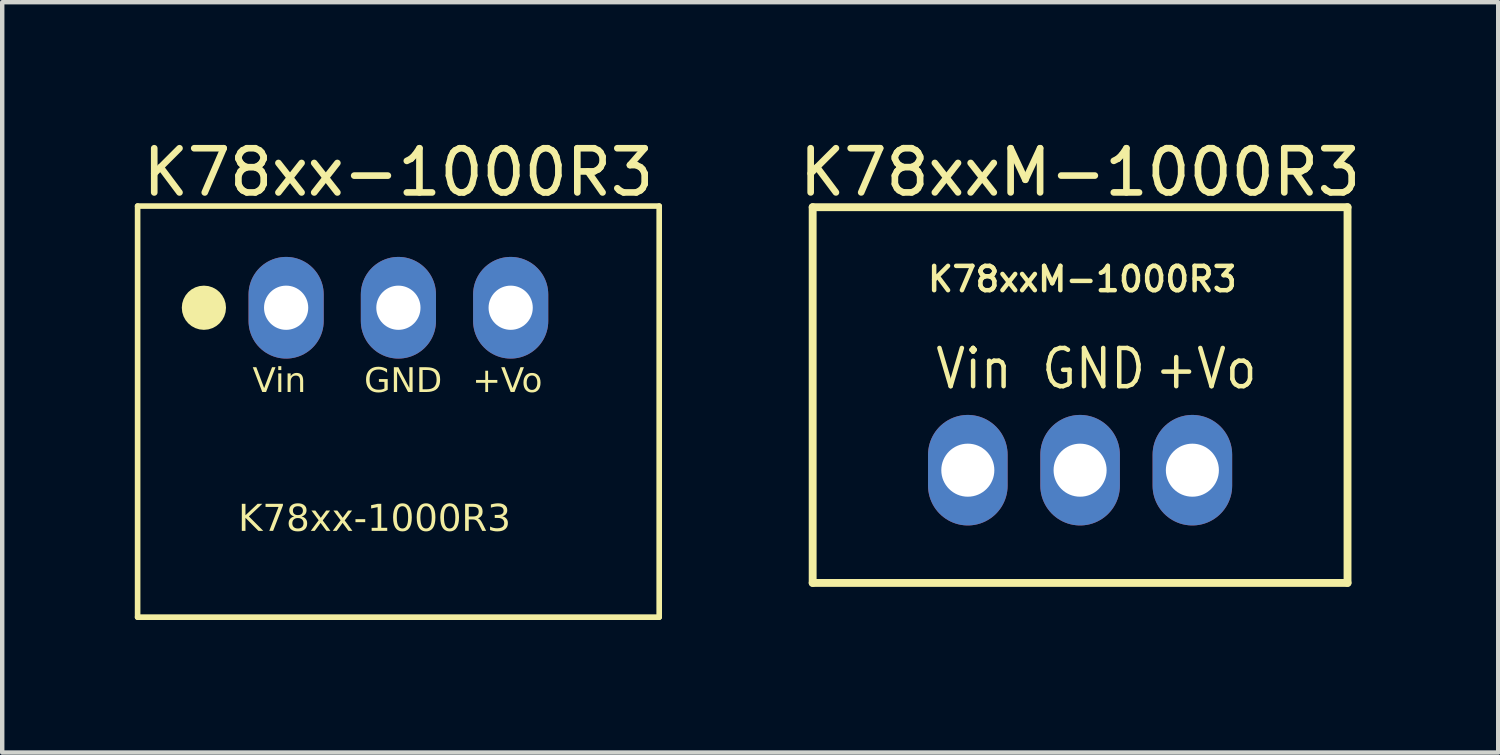
<source format=kicad_pcb>
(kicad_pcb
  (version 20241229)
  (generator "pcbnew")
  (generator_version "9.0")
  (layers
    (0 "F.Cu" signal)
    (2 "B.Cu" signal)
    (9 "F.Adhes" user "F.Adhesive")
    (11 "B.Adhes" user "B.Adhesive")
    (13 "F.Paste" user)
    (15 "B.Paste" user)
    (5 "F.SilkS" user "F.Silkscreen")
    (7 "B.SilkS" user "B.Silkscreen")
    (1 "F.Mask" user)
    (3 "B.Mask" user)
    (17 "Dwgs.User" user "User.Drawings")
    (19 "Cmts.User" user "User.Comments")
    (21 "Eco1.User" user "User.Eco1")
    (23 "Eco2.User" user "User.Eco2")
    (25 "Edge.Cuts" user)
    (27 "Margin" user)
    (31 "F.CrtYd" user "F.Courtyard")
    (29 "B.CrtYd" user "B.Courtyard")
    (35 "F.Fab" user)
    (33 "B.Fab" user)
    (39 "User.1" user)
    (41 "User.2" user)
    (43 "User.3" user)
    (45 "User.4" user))
  (footprint "K78xx-1000R3"
    (layer "F.Cu")
    (at 5.963 6.262)
    (property "Reference" "K78xx-1000R3" (at 0 -5.413 0) (layer "F.SilkS") (effects (font (size 1 1) (thickness 0.15))))
    (fp_line (start -5.9 -4.65) (end 5.9 -4.65) (stroke (width 0.127) (type solid)) (layer "F.SilkS"))
    (fp_line (start -5.9 4.65) (end -5.9 -4.65) (stroke (width 0.127) (type solid)) (layer "F.SilkS"))
    (fp_line (start -5.9 4.65) (end 5.9 4.65) (stroke (width 0.127) (type solid)) (layer "F.SilkS"))
    (fp_line (start 5.9 4.65) (end 5.9 -4.65) (stroke (width 0.127) (type solid)) (layer "F.SilkS"))
    (fp_circle (center -4.4 -2.35) (end -4.4 -2.6) (stroke (width 0.5) (type solid)) (fill no) (layer "F.SilkS"))
    (fp_text user "+Vo" (at 1.675 -0.35 0) (unlocked yes) (layer "F.SilkS") (effects (font (face "黑体") (size 0.55 0.55) (thickness 0.254)) (justify left bottom)))
    (fp_text user "Vin" (at -3.3 -0.35 0) (unlocked yes) (layer "F.SilkS") (effects (font (face "黑体") (size 0.55 0.55) (thickness 0.254)) (justify left bottom)))
    (fp_text user "K78xx-1000R3" (at -3.625 2.8 0) (unlocked yes) (layer "F.SilkS") (effects (font (face "黑体") (size 0.6 0.6) (thickness 0.254)) (justify left bottom)))
    (fp_text user "GND" (at -0.775 -0.35 0) (unlocked yes) (layer "F.SilkS") (effects (font (face "黑体") (size 0.55 0.55) (thickness 0.254)) (justify left bottom)))
    (pad "1" thru_hole oval (at -2.54 -2.35) (size 1.7 2.3) (drill 1) (layers "*.Cu" "*.Mask"))
    (pad "2" thru_hole oval (at 0 -2.35) (size 1.7 2.3) (drill 1) (layers "*.Cu" "*.Mask"))
    (pad "3" thru_hole oval (at 2.54 -2.35) (size 1.7 2.3) (drill 1) (layers "*.Cu" "*.Mask")))
  (footprint "K78xxM-1000R3"
    (layer "F.Cu")
    (at 21.385 7.587)
    (property "Reference" "K78xxM-1000R3" (at 0 -6.739 0) (layer "F.SilkS") (effects (font (size 1 1) (thickness 0.15))))
    (fp_line (start -6.05 -5.95) (end 6.05 -5.95) (stroke (width 0.178) (type solid)) (layer "F.SilkS"))
    (fp_line (start -6.05 2.55) (end -6.05 -5.95) (stroke (width 0.178) (type solid)) (layer "F.SilkS"))
    (fp_line (start -6.05 2.55) (end 6.05 2.55) (stroke (width 0.178) (type solid)) (layer "F.SilkS"))
    (fp_line (start 6.05 2.55) (end 6.05 -5.95) (stroke (width 0.178) (type solid)) (layer "F.SilkS"))
    (fp_text user "+Vo" (at 1.636 -1.79 0) (unlocked yes) (layer "F.SilkS") (effects (font (size 0.864 0.762) (thickness 0.102)) (justify left bottom)))
    (fp_text user "K78xxM-1000R3" (at -3.5 -4 0) (unlocked yes) (layer "F.SilkS") (effects (font (size 0.55 0.55) (thickness 0.102)) (justify left bottom)))
    (fp_text user "Vin" (at -3.322 -1.79 0) (unlocked yes) (layer "F.SilkS") (effects (font (size 0.864 0.762) (thickness 0.102)) (justify left bottom)))
    (fp_text user "GND" (at -0.923 -1.79 0) (unlocked yes) (layer "F.SilkS") (effects (font (size 0.864 0.762) (thickness 0.102)) (justify left bottom)))
    (pad "1" thru_hole oval (at -2.54 0 180) (size 1.8 2.5) (drill 1.2) (layers "*.Cu" "*.Mask"))
    (pad "2" thru_hole oval (at 0 0 180) (size 1.8 2.5) (drill 1.2) (layers "*.Cu" "*.Mask"))
    (pad "3" thru_hole oval (at 2.54 0 180) (size 1.8 2.5) (drill 1.2) (layers "*.Cu" "*.Mask")))
  (gr_rect
    (start -3 -3)
    (end 30.844 13.975)
    (stroke (width 0.1) (type default))
    (fill no)
    (layer "Edge.Cuts")))
</source>
